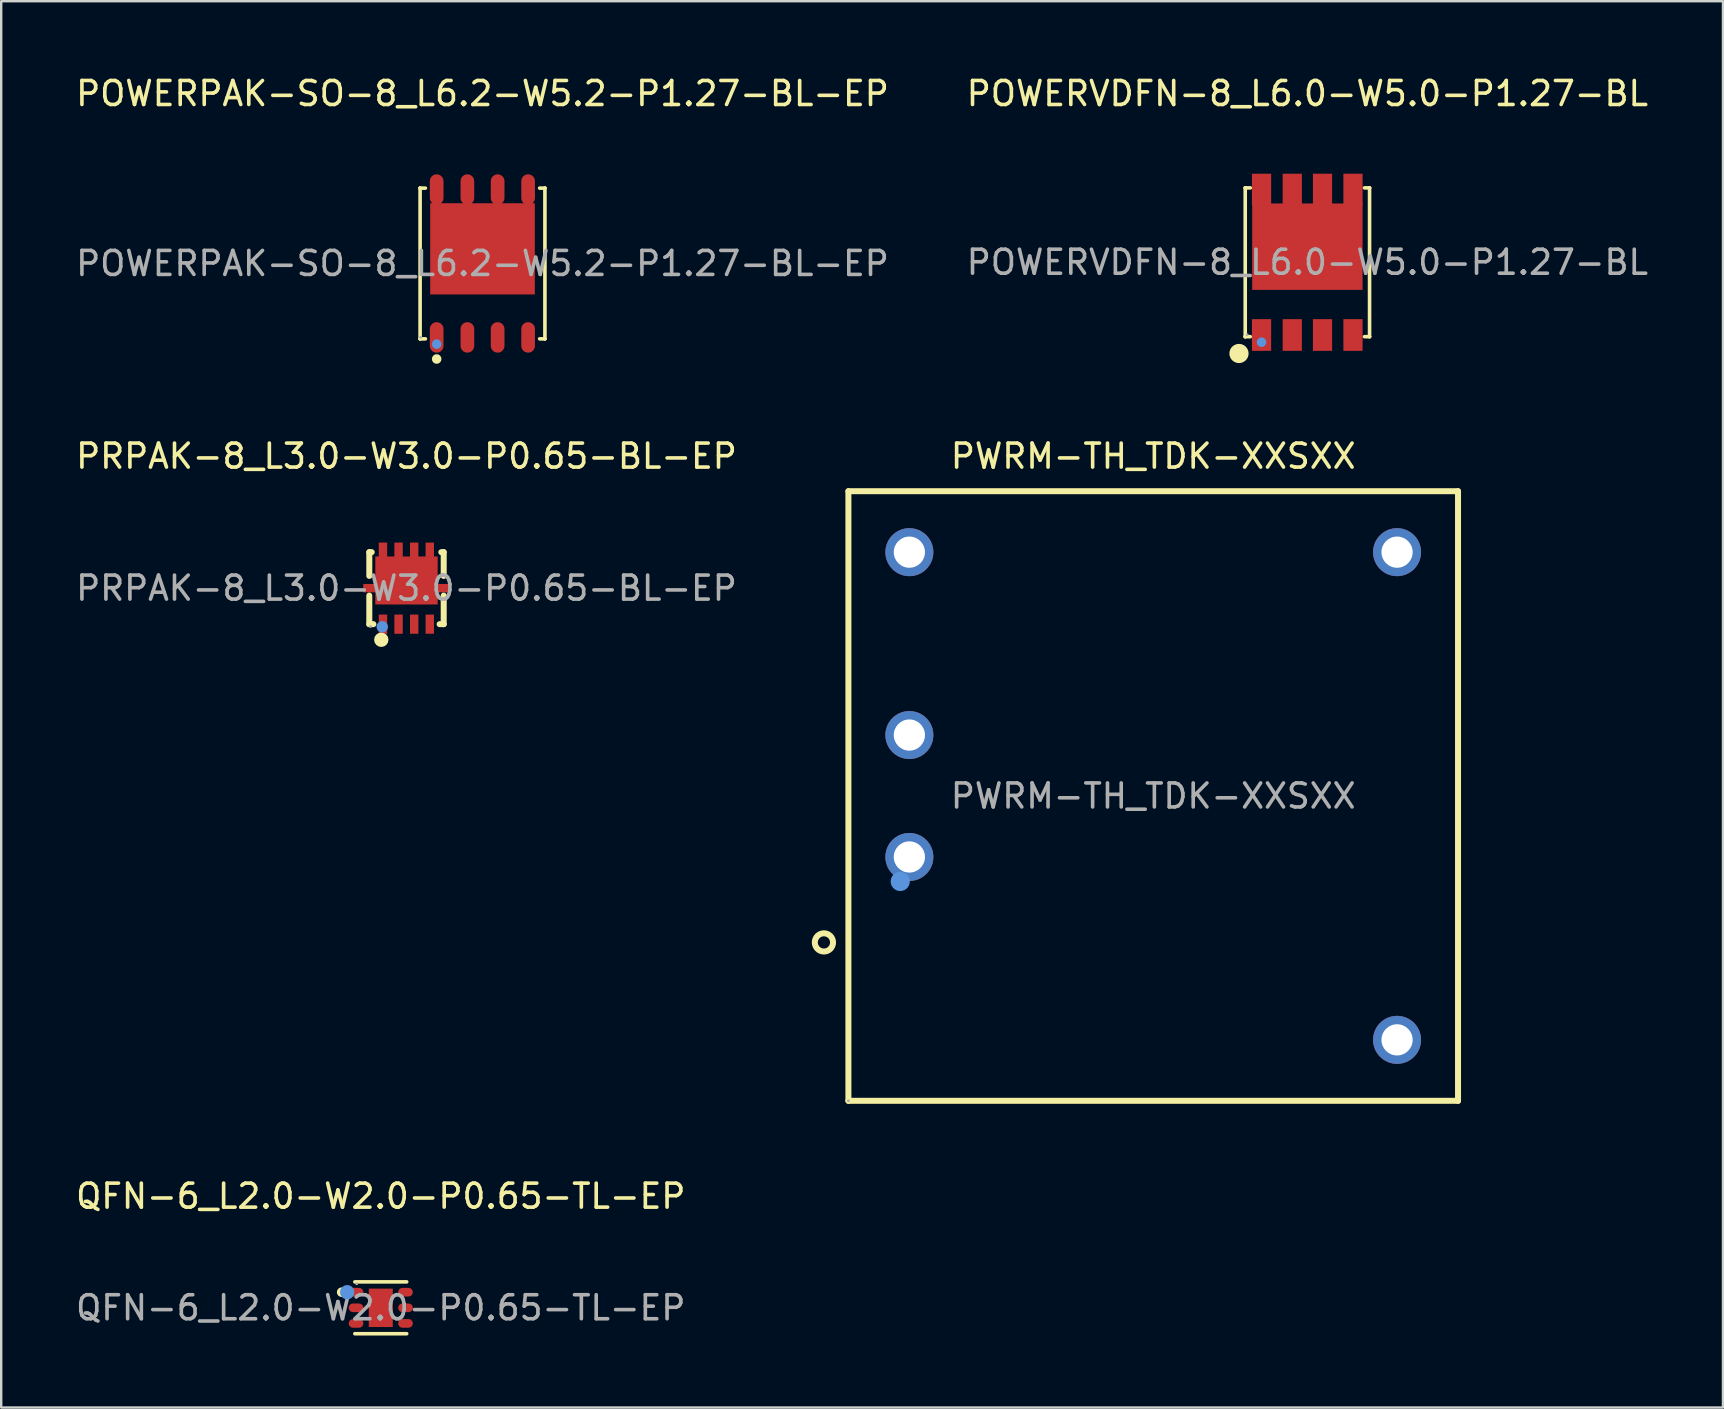
<source format=kicad_pcb>
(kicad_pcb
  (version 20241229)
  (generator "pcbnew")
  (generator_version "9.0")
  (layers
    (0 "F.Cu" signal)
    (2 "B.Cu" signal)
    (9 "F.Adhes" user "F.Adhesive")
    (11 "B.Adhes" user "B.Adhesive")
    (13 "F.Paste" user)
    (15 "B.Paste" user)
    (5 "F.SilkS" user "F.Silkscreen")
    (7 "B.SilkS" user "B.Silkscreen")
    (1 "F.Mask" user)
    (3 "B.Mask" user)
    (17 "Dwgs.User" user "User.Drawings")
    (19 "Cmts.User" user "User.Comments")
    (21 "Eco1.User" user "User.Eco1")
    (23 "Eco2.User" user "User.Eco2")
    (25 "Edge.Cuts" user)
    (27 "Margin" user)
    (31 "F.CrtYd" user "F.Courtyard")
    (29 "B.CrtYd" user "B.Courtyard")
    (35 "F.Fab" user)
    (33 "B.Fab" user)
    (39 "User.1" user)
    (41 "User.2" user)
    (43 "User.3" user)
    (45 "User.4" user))
  (footprint "POWERVDFN-8_L6.0-W5.0-P1.27-BL"
    (layer "F.Cu")
    (at 51.423 7.878)
    (property "Reference" "POWERVDFN-8_L6.0-W5.0-P1.27-BL" (at 0 -7.03 0) (layer "F.SilkS") (effects (font (size 1 1) (thickness 0.15))))
    (attr smd)
    (fp_line (start -2.59 -3.1) (end -2.59 -3.1) (stroke (width 0.15) (type solid)) (layer "F.SilkS"))
    (fp_line (start -2.59 -3.1) (end -2.38 -3.1) (stroke (width 0.15) (type solid)) (layer "F.SilkS"))
    (fp_line (start -2.59 3.1) (end -2.59 -3.1) (stroke (width 0.15) (type solid)) (layer "F.SilkS"))
    (fp_line (start -2.59 3.1) (end -2.59 3.1) (stroke (width 0.15) (type solid)) (layer "F.SilkS"))
    (fp_line (start -2.38 3.1) (end -2.59 3.1) (stroke (width 0.15) (type solid)) (layer "F.SilkS"))
    (fp_line (start 2.38 3.1) (end 2.59 3.1) (stroke (width 0.15) (type solid)) (layer "F.SilkS"))
    (fp_line (start 2.59 -3.1) (end 2.38 -3.1) (stroke (width 0.15) (type solid)) (layer "F.SilkS"))
    (fp_line (start 2.59 -3.1) (end 2.59 -3.1) (stroke (width 0.15) (type solid)) (layer "F.SilkS"))
    (fp_line (start 2.59 3.1) (end 2.59 -3.1) (stroke (width 0.15) (type solid)) (layer "F.SilkS"))
    (fp_line (start 2.59 3.1) (end 2.59 3.1) (stroke (width 0.15) (type solid)) (layer "F.SilkS"))
    (fp_circle (center -2.85 3.8) (end -2.65 3.8) (stroke (width 0.4) (type solid)) (fill no) (layer "F.SilkS"))
    (fp_circle (center -1.91 3.33) (end -1.81 3.33) (stroke (width 0.2) (type solid)) (fill no) (layer "Cmts.User"))
    (fp_circle (center -2.51 3.02) (end -2.48 3.02) (stroke (width 0.06) (type solid)) (fill no) (layer "F.Fab"))
    (fp_text user "${REFERENCE}" (at 0 0 0) (layer "F.Fab") (effects (font (size 1 1) (thickness 0.15))))
    (pad "1" smd rect (at -1.91 3.03) (size 0.8 1.32) (layers "F.Cu" "F.Mask" "F.Paste"))
    (pad "2" smd rect (at -0.63 3.03) (size 0.8 1.32) (layers "F.Cu" "F.Mask" "F.Paste"))
    (pad "3" smd rect (at 0.63 3.03) (size 0.8 1.32) (layers "F.Cu" "F.Mask" "F.Paste"))
    (pad "4" smd rect (at 1.9 3.03) (size 0.8 1.32) (layers "F.Cu" "F.Mask" "F.Paste"))
    (pad "5" smd rect (at 1.9 -3.03) (size 0.8 1.32) (layers "F.Cu" "F.Mask" "F.Paste"))
    (pad "6" smd rect (at 0.63 -3.03) (size 0.8 1.32) (layers "F.Cu" "F.Mask" "F.Paste"))
    (pad "7" smd rect (at -0.63 -3.03) (size 0.8 1.32) (layers "F.Cu" "F.Mask" "F.Paste"))
    (pad "8" smd rect (at -1.91 -3.03) (size 0.8 1.32) (layers "F.Cu" "F.Mask" "F.Paste"))
    (pad "9" smd rect (at 0 -0.65) (size 4.6 3.6) (layers "F.Cu" "F.Mask" "F.Paste")))
  (footprint "PRPAK-8_L3.0-W3.0-P0.65-BL-EP"
    (layer "F.Cu")
    (at 13.887 21.456)
    (property "Reference" "PRPAK-8_L3.0-W3.0-P0.65-BL-EP" (at 0 -5.5 0) (layer "F.SilkS") (effects (font (size 1 1) (thickness 0.15))))
    (attr smd)
    (fp_line (start -1.55 -1.5) (end -1.55 -0.51) (stroke (width 0.25) (type solid)) (layer "F.SilkS"))
    (fp_line (start -1.55 -1.5) (end -1.45 -1.5) (stroke (width 0.25) (type solid)) (layer "F.SilkS"))
    (fp_line (start -1.55 0.31) (end -1.55 1.5) (stroke (width 0.25) (type solid)) (layer "F.SilkS"))
    (fp_line (start -1.38 1.5) (end -1.55 1.5) (stroke (width 0.25) (type solid)) (layer "F.SilkS"))
    (fp_line (start 1.45 -1.5) (end 1.55 -1.5) (stroke (width 0.25) (type solid)) (layer "F.SilkS"))
    (fp_line (start 1.55 -1.5) (end 1.55 -0.51) (stroke (width 0.25) (type solid)) (layer "F.SilkS"))
    (fp_line (start 1.55 0.31) (end 1.55 1.5) (stroke (width 0.25) (type solid)) (layer "F.SilkS"))
    (fp_line (start 1.55 1.5) (end 1.38 1.5) (stroke (width 0.25) (type solid)) (layer "F.SilkS"))
    (fp_circle (center -1.05 2.15) (end -0.9 2.15) (stroke (width 0.3) (type solid)) (fill no) (layer "F.SilkS"))
    (fp_circle (center -1.01 1.61) (end -0.89 1.61) (stroke (width 0.24) (type solid)) (fill no) (layer "Cmts.User"))
    (fp_circle (center -1.5 1.6) (end -1.47 1.6) (stroke (width 0.06) (type solid)) (fill no) (layer "F.Fab"))
    (fp_text user "${REFERENCE}" (at 0 0 0) (layer "F.Fab") (effects (font (size 1 1) (thickness 0.15))))
    (pad "1" smd rect (at -0.98 1.5) (size 0.35 0.8) (layers "F.Cu" "F.Mask" "F.Paste"))
    (pad "2" smd rect (at -0.33 1.5) (size 0.35 0.8) (layers "F.Cu" "F.Mask" "F.Paste"))
    (pad "3" smd rect (at 0.32 1.5) (size 0.35 0.8) (layers "F.Cu" "F.Mask" "F.Paste"))
    (pad "4" smd rect (at 0.97 1.5) (size 0.35 0.8) (layers "F.Cu" "F.Mask" "F.Paste"))
    (pad "5" smd rect (at 0.97 -1.5) (size 0.35 0.8) (layers "F.Cu" "F.Mask" "F.Paste"))
    (pad "6" smd rect (at 0.32 -1.5) (size 0.35 0.8) (layers "F.Cu" "F.Mask" "F.Paste"))
    (pad "7" smd rect (at -0.33 -1.5) (size 0.35 0.8) (layers "F.Cu" "F.Mask" "F.Paste"))
    (pad "8" smd rect (at -1.5 0) (size 0.6 0.35) (layers "F.Cu" "F.Mask" "F.Paste"))
    (pad "8" smd rect (at -0.98 -1.5) (size 0.35 0.8) (layers "F.Cu" "F.Mask" "F.Paste"))
    (pad "8" smd rect (at 0 -0.32) (size 2.6 2) (layers "F.Cu" "F.Mask" "F.Paste"))
    (pad "8" smd rect (at 1.5 0) (size 0.6 0.35) (layers "F.Cu" "F.Mask" "F.Paste")))
  (footprint "POWERPAK-SO-8_L6.2-W5.2-P1.27-BL-EP"
    (layer "F.Cu")
    (at 17.054 7.928)
    (property "Reference" "POWERPAK-SO-8_L6.2-W5.2-P1.27-BL-EP" (at 0 -7.08 0) (layer "F.SilkS") (effects (font (size 1 1) (thickness 0.15))))
    (attr smd)
    (fp_line (start -2.6 -3.14) (end -2.6 -3.14) (stroke (width 0.15) (type solid)) (layer "F.SilkS"))
    (fp_line (start -2.6 -3.14) (end -2.38 -3.14) (stroke (width 0.15) (type solid)) (layer "F.SilkS"))
    (fp_line (start -2.6 3.14) (end -2.6 -3.14) (stroke (width 0.15) (type solid)) (layer "F.SilkS"))
    (fp_line (start -2.6 3.14) (end -2.6 3.14) (stroke (width 0.15) (type solid)) (layer "F.SilkS"))
    (fp_line (start -2.38 3.14) (end -2.6 3.14) (stroke (width 0.15) (type solid)) (layer "F.SilkS"))
    (fp_line (start 2.38 3.14) (end 2.6 3.14) (stroke (width 0.15) (type solid)) (layer "F.SilkS"))
    (fp_line (start 2.6 -3.14) (end 2.38 -3.14) (stroke (width 0.15) (type solid)) (layer "F.SilkS"))
    (fp_line (start 2.6 -3.14) (end 2.6 -3.14) (stroke (width 0.15) (type solid)) (layer "F.SilkS"))
    (fp_line (start 2.6 3.14) (end 2.6 -3.14) (stroke (width 0.15) (type solid)) (layer "F.SilkS"))
    (fp_line (start 2.6 3.14) (end 2.6 3.14) (stroke (width 0.15) (type solid)) (layer "F.SilkS"))
    (fp_circle (center -1.91 3.98) (end -1.81 3.98) (stroke (width 0.2) (type solid)) (fill no) (layer "F.SilkS"))
    (fp_circle (center -1.91 3.36) (end -1.81 3.36) (stroke (width 0.2) (type solid)) (fill no) (layer "Cmts.User"))
    (fp_circle (center -2.58 3.08) (end -2.55 3.08) (stroke (width 0.06) (type solid)) (fill no) (layer "F.Fab"))
    (fp_text user "${REFERENCE}" (at 0 0 0) (layer "F.Fab") (effects (font (size 1 1) (thickness 0.15))))
    (pad "1" smd oval (at -1.91 3.08) (size 0.57 1.27) (layers "F.Cu" "F.Mask" "F.Paste"))
    (pad "2" smd oval (at -0.63 3.08) (size 0.57 1.27) (layers "F.Cu" "F.Mask" "F.Paste"))
    (pad "3" smd oval (at 0.63 3.08) (size 0.57 1.27) (layers "F.Cu" "F.Mask" "F.Paste"))
    (pad "4" smd oval (at 1.9 3.08) (size 0.57 1.27) (layers "F.Cu" "F.Mask" "F.Paste"))
    (pad "5" smd oval (at 1.9 -3.08) (size 0.57 1.27) (layers "F.Cu" "F.Mask" "F.Paste"))
    (pad "6" smd oval (at 0.63 -3.08) (size 0.57 1.27) (layers "F.Cu" "F.Mask" "F.Paste"))
    (pad "7" smd oval (at -0.63 -3.08) (size 0.57 1.27) (layers "F.Cu" "F.Mask" "F.Paste"))
    (pad "8" smd oval (at -1.91 -3.08) (size 0.57 1.27) (layers "F.Cu" "F.Mask" "F.Paste"))
    (pad "9" smd rect (at 0 -0.61) (size 4.36 3.8) (layers "F.Cu" "F.Mask" "F.Paste")))
  (footprint "QFN-6_L2.0-W2.0-P0.65-TL-EP"
    (layer "F.Cu")
    (at 12.815 51.44)
    (property "Reference" "QFN-6_L2.0-W2.0-P0.65-TL-EP" (at 0 -4.65 0) (layer "F.SilkS") (effects (font (size 1 1) (thickness 0.15))))
    (attr smd)
    (fp_line (start -1.08 -1.08) (end 1.08 -1.08) (stroke (width 0.15) (type solid)) (layer "F.SilkS"))
    (fp_line (start 1.08 1.08) (end -1.08 1.08) (stroke (width 0.15) (type solid)) (layer "F.SilkS"))
    (fp_circle (center -1.63 -0.65) (end -1.53 -0.65) (stroke (width 0.2) (type solid)) (fill no) (layer "F.SilkS"))
    (fp_circle (center -1.4 -0.65) (end -1.25 -0.65) (stroke (width 0.3) (type solid)) (fill no) (layer "Cmts.User"))
    (fp_circle (center -1 -1) (end -0.97 -1) (stroke (width 0.06) (type solid)) (fill no) (layer "F.Fab"))
    (fp_text user "${REFERENCE}" (at 0 0 0) (layer "F.Fab") (effects (font (size 1 1) (thickness 0.15))))
    (pad "1" smd oval (at -1.03 -0.65 270) (size 0.36 0.61) (layers "F.Cu" "F.Mask" "F.Paste"))
    (pad "2" smd oval (at -1.03 0 270) (size 0.36 0.61) (layers "F.Cu" "F.Mask" "F.Paste"))
    (pad "3" smd oval (at -1.03 0.65 270) (size 0.36 0.61) (layers "F.Cu" "F.Mask" "F.Paste"))
    (pad "4" smd oval (at 1.03 0.65 270) (size 0.36 0.61) (layers "F.Cu" "F.Mask" "F.Paste"))
    (pad "5" smd oval (at 1.03 0 270) (size 0.36 0.61) (layers "F.Cu" "F.Mask" "F.Paste"))
    (pad "6" smd oval (at 1.03 -0.65 270) (size 0.36 0.61) (layers "F.Cu" "F.Mask" "F.Paste"))
    (pad "7" smd rect (at 0 0) (size 1 1.6) (layers "F.Cu" "F.Mask" "F.Paste")))
  (footprint "PWRM-TH_TDK-XXSXX"
    (layer "F.Cu")
    (at 44.999 30.116)
    (property "Reference" "PWRM-TH_TDK-XXSXX" (at 0 -14.16 0) (layer "F.SilkS") (effects (font (size 1 1) (thickness 0.15))))
    (attr through_hole)
    (fp_line (start -12.7 -12.7) (end -12.7 12.7) (stroke (width 0.25) (type solid)) (layer "F.SilkS"))
    (fp_line (start -12.7 12.7) (end 12.7 12.7) (stroke (width 0.25) (type solid)) (layer "F.SilkS"))
    (fp_line (start 12.7 -12.7) (end -12.7 -12.7) (stroke (width 0.25) (type solid)) (layer "F.SilkS"))
    (fp_line (start 12.7 12.7) (end 12.7 -12.7) (stroke (width 0.25) (type solid)) (layer "F.SilkS"))
    (fp_circle (center -13.72 6.1) (end -13.34 6.1) (stroke (width 0.25) (type solid)) (fill no) (layer "F.SilkS"))
    (fp_circle (center -10.54 3.56) (end -10.34 3.56) (stroke (width 0.4) (type solid)) (fill no) (layer "Cmts.User"))
    (fp_circle (center -12.7 12.7) (end -12.67 12.7) (stroke (width 0.06) (type solid)) (fill no) (layer "F.Fab"))
    (fp_circle (center -10.16 -10.16) (end -9.91 -10.16) (stroke (width 0.5) (type solid)) (fill no) (layer "F.Fab"))
    (fp_circle (center -10.16 -2.54) (end -9.91 -2.54) (stroke (width 0.5) (type solid)) (fill no) (layer "F.Fab"))
    (fp_circle (center -10.16 2.54) (end -9.91 2.54) (stroke (width 0.5) (type solid)) (fill no) (layer "F.Fab"))
    (fp_circle (center 10.16 -10.16) (end 10.41 -10.16) (stroke (width 0.5) (type solid)) (fill no) (layer "F.Fab"))
    (fp_circle (center 10.16 10.16) (end 10.41 10.16) (stroke (width 0.5) (type solid)) (fill no) (layer "F.Fab"))
    (fp_text user "${REFERENCE}" (at 0 0 0) (layer "F.Fab") (effects (font (size 1 1) (thickness 0.15))))
    (pad "1" thru_hole circle (at -10.16 2.54) (size 2 2) (drill 1.3) (layers "*.Cu" "*.Mask"))
    (pad "2" thru_hole circle (at -10.16 -2.54) (size 2 2) (drill 1.3) (layers "*.Cu" "*.Mask"))
    (pad "3" thru_hole circle (at -10.16 -10.16) (size 2 2) (drill 1.3) (layers "*.Cu" "*.Mask"))
    (pad "4" thru_hole circle (at 10.16 -10.16) (size 2 2) (drill 1.3) (layers "*.Cu" "*.Mask"))
    (pad "6" thru_hole circle (at 10.16 10.16) (size 2 2) (drill 1.3) (layers "*.Cu" "*.Mask")))
  (gr_rect
    (start -3 -3)
    (end 68.738 55.595)
    (stroke (width 0.1) (type default))
    (fill no)
    (layer "Edge.Cuts")))
</source>
